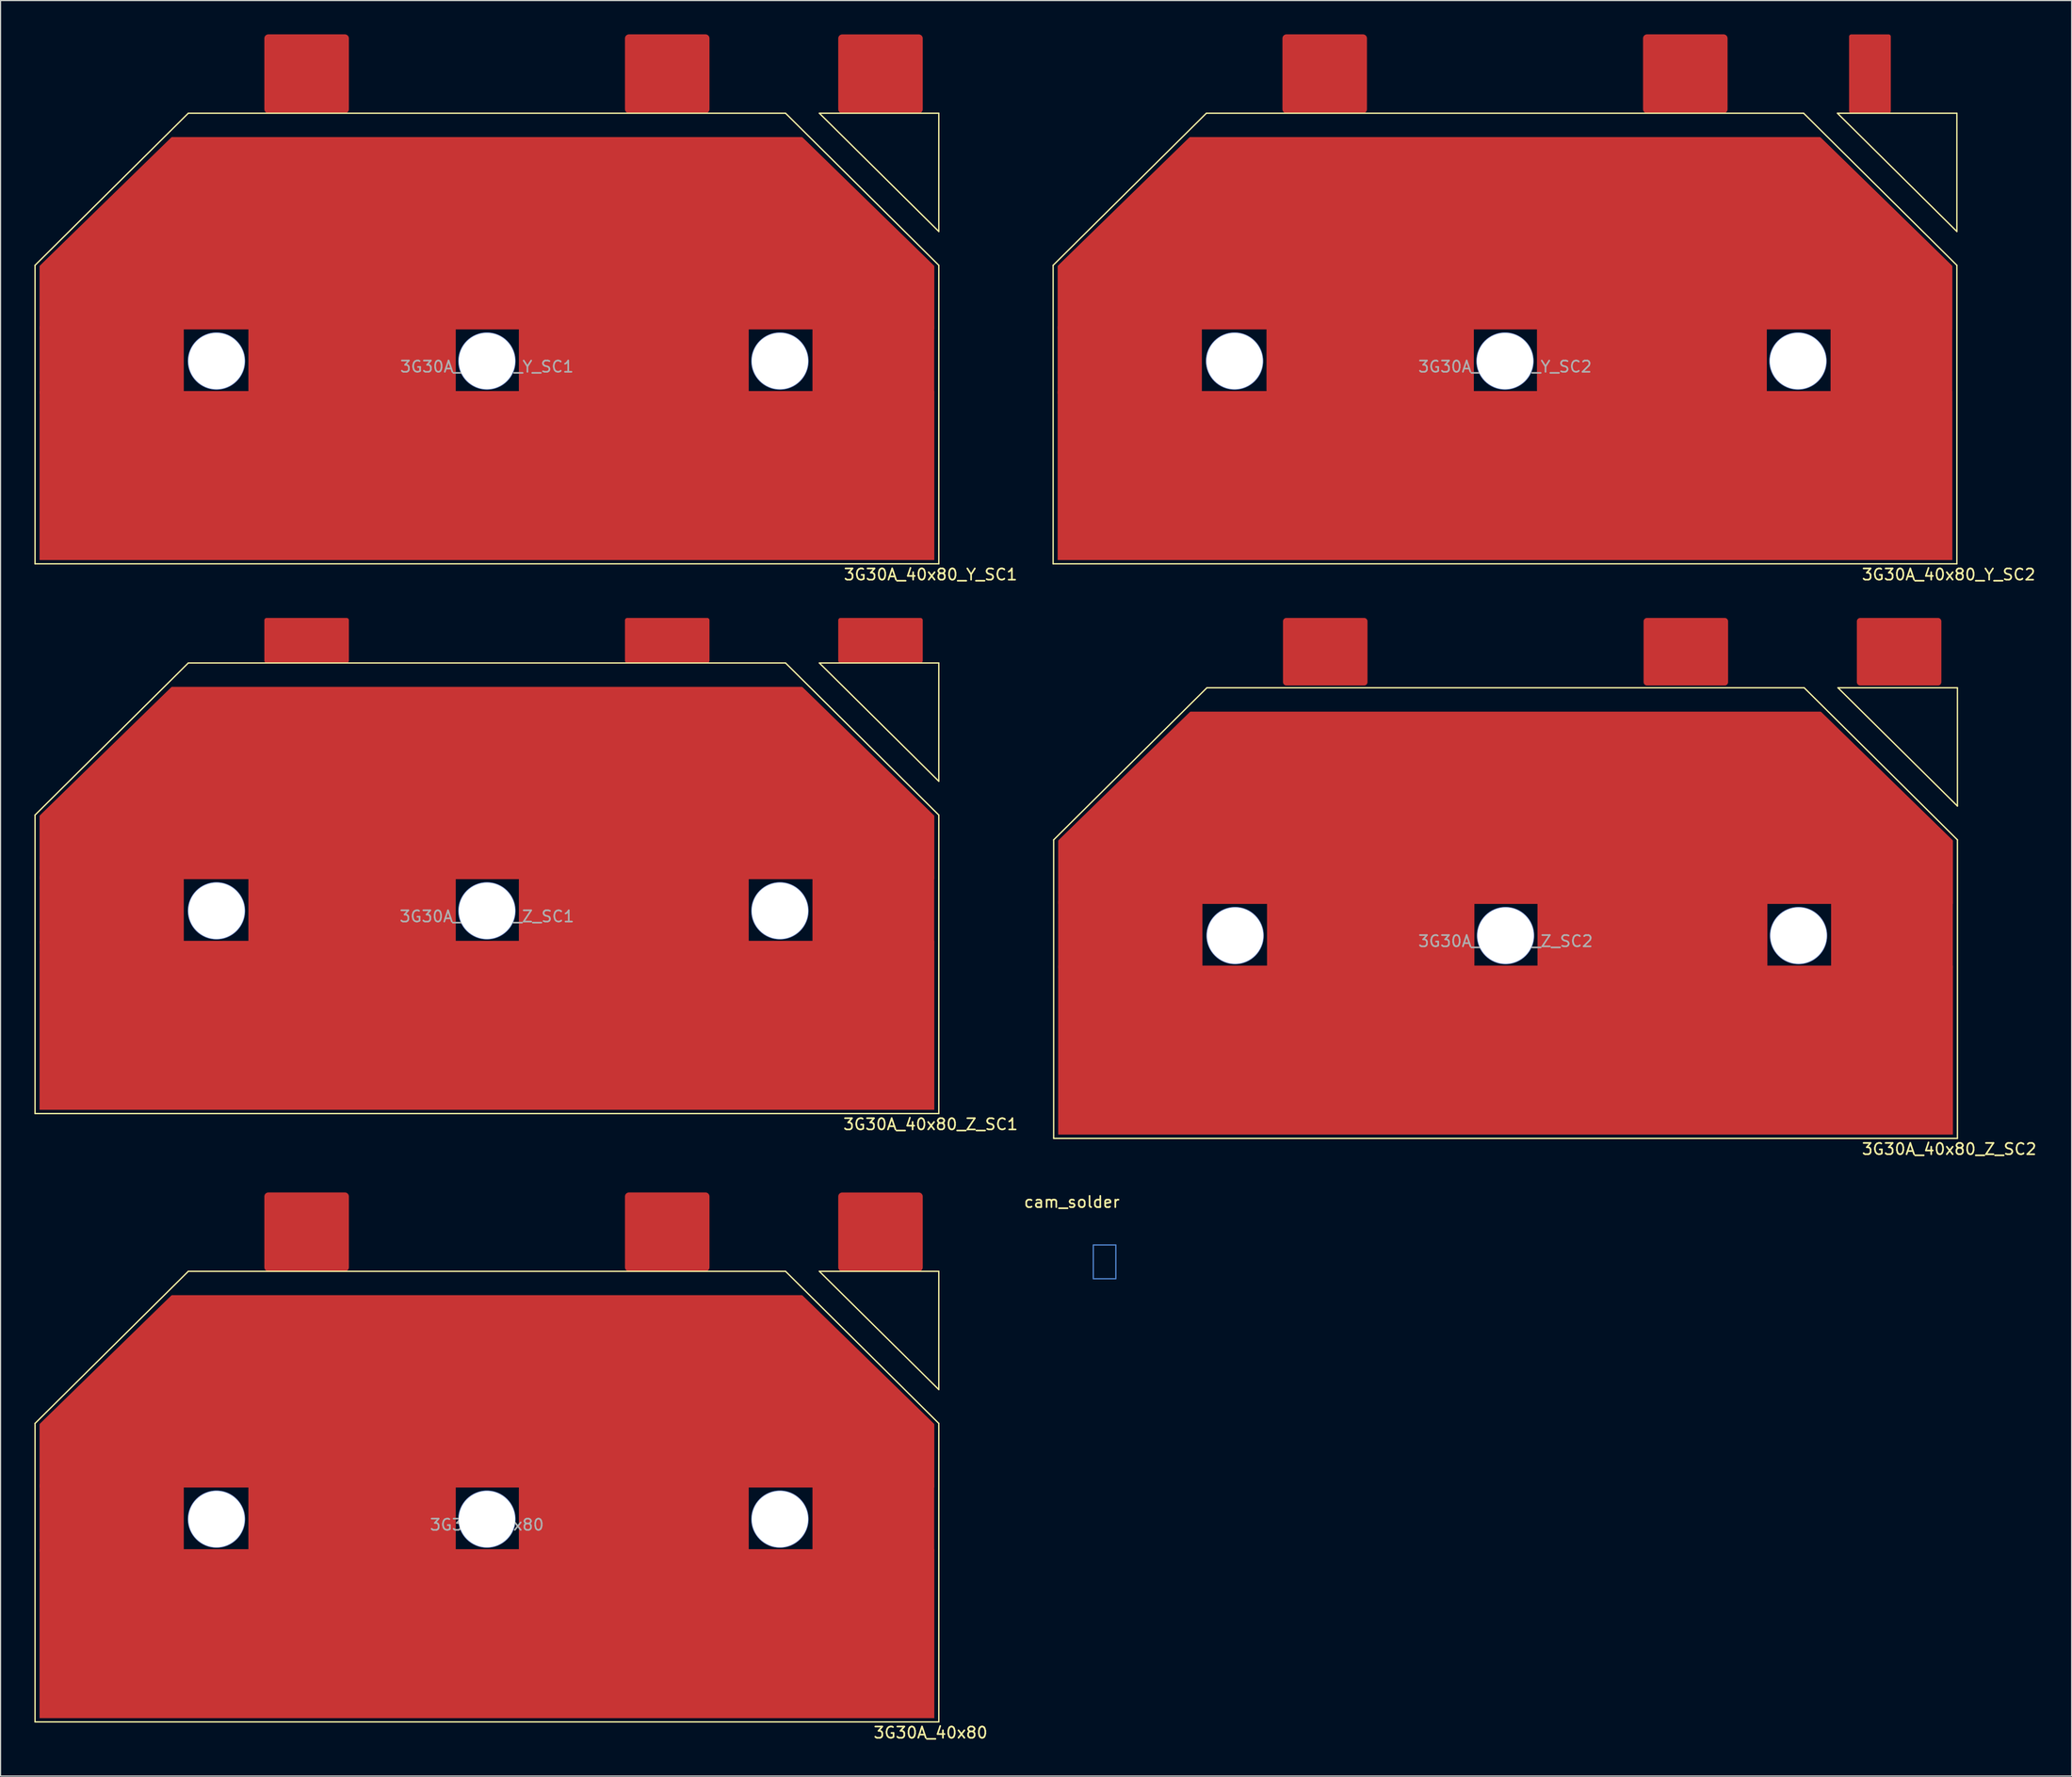
<source format=kicad_pcb>
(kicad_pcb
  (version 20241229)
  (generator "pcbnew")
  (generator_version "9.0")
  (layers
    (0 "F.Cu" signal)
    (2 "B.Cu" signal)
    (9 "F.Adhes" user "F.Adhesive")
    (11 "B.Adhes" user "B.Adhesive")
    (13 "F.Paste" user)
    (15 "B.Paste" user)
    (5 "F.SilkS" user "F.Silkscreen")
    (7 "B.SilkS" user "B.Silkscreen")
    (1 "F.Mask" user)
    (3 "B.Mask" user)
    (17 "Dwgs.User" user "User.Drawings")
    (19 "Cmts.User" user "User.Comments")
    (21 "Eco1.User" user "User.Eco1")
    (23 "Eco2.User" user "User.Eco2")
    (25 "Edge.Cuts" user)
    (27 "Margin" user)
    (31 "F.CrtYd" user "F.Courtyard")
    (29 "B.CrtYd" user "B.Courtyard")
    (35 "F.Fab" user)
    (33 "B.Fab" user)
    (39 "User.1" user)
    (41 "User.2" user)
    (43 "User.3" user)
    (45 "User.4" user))
  (footprint "cam_solder"
    (layer "F.Cu")
    (at 93.971 107.465)
    (property "Reference" "cam_solder" (at -1.905 -3.81 0) (unlocked yes) (layer "F.SilkS") (effects (font (size 1 1) (thickness 0.15))))
    (attr smd)
    (fp_rect (start 0 0) (end 2 3) (stroke (width 0.12) (type solid)) (fill no) (layer "B.Cu")))
  (footprint "3G30A_40x80_Z_SC1"
    (layer "F.Cu")
    (at 40.16 75.803)
    (property "Reference" "3G30A_40x80_Z_SC1" (at 39.37 20.955 0) (unlocked yes) (layer "F.SilkS") (effects (font (size 1 1) (thickness 0.15))))
    (attr smd)
    (fp_line (start -40.1 -6.5) (end -26.5 -20) (stroke (width 0.12) (type solid)) (layer "F.SilkS"))
    (fp_line (start -40.1 20) (end -40.1 -6.5) (stroke (width 0.12) (type solid)) (layer "F.SilkS"))
    (fp_line (start -26.5 -20) (end 26.5 -20) (stroke (width 0.12) (type solid)) (layer "F.SilkS"))
    (fp_line (start 26.5 -20) (end 40.1 -6.5) (stroke (width 0.12) (type solid)) (layer "F.SilkS"))
    (fp_line (start 29.5 -20) (end 40.1 -9.5) (stroke (width 0.12) (type solid)) (layer "F.SilkS"))
    (fp_line (start 40.1 -20) (end 29.5 -20) (stroke (width 0.12) (type solid)) (layer "F.SilkS"))
    (fp_line (start 40.1 -9.5) (end 40.1 -20) (stroke (width 0.12) (type solid)) (layer "F.SilkS"))
    (fp_line (start 40.1 -6.5) (end 40.1 20) (stroke (width 0.12) (type solid)) (layer "F.SilkS"))
    (fp_line (start 40.1 20) (end -40.1 20) (stroke (width 0.12) (type solid)) (layer "F.SilkS"))
    (fp_text user "${REFERENCE}" (at 0 2.5 0) (unlocked yes) (layer "F.Fab") (effects (font (size 1 1) (thickness 0.15))))
    (pad "1" smd rect (at -33.3 1.905) (size 12.8 6) (layers "F.Cu" "F.Mask" "F.Paste"))
    (pad "1" smd rect (at -11.965 1.905) (size 18.4 6) (layers "F.Cu" "F.Mask" "F.Paste"))
    (pad "1" smd custom (at 0 -3.605) (size 79.4 5.59) (layers "F.Cu" "F.Mask" "F.Paste") (options (anchor rect)) (primitives (gr_poly (pts (xy 39.6 -2.795) (xy -39.6 -2.795) (xy -27.94 -14.175) (xy 27.94 -14.175)) (width 0.2) (fill yes))))
    (pad "1" smd rect (at 0 12.165) (size 79.4 15) (layers "F.Cu" "F.Mask" "F.Paste"))
    (pad "1" smd rect (at 13.035 1.905) (size 20.4 6) (layers "F.Cu" "F.Mask" "F.Paste"))
    (pad "1" smd rect (at 34.29 1.905) (size 10.8 6) (layers "F.Cu" "F.Mask" "F.Paste"))
    (pad "2" smd roundrect (at -16 -22) (size 7.5 4) (layers "F.Cu" "F.Mask" "F.Paste") (roundrect_rratio 0.05))
    (pad "2" smd roundrect (at 16 -22) (size 7.5 4) (layers "F.Cu" "F.Mask" "F.Paste") (roundrect_rratio 0.05))
    (pad "3" smd roundrect (at 34.925 -22) (size 7.5 4) (layers "F.Cu" "F.Mask" "F.Paste") (roundrect_rratio 0.05))
    (pad "4" thru_hole circle (at -24 2) (size 5.1 5.1) (drill 5) (property pad_prop_fiducial_loc) (layers "*.Cu" "*.Mask"))
    (pad "4" thru_hole circle (at 0 2 90) (size 5.1 5.1) (drill 5) (property pad_prop_fiducial_glob) (layers "*.Cu" "*.Mask"))
    (pad "4" thru_hole circle (at 26 2 90) (size 5.1 5.1) (drill 5) (property pad_prop_fiducial_glob) (layers "*.Cu" "*.Mask")))
  (footprint "3G30A_40x80"
    (layer "F.Cu")
    (at 40.16 129.806)
    (property "Reference" "3G30A_40x80" (at 39.37 20.955 0) (unlocked yes) (layer "F.SilkS") (effects (font (size 1 1) (thickness 0.15))))
    (attr smd)
    (fp_line (start -40.1 -6.5) (end -26.5 -20) (stroke (width 0.12) (type solid)) (layer "F.SilkS"))
    (fp_line (start -40.1 20) (end -40.1 -6.5) (stroke (width 0.12) (type solid)) (layer "F.SilkS"))
    (fp_line (start -26.5 -20) (end 26.5 -20) (stroke (width 0.12) (type solid)) (layer "F.SilkS"))
    (fp_line (start 26.5 -20) (end 40.1 -6.5) (stroke (width 0.12) (type solid)) (layer "F.SilkS"))
    (fp_line (start 29.5 -20) (end 40.1 -9.5) (stroke (width 0.12) (type solid)) (layer "F.SilkS"))
    (fp_line (start 40.1 -20) (end 29.5 -20) (stroke (width 0.12) (type solid)) (layer "F.SilkS"))
    (fp_line (start 40.1 -9.5) (end 40.1 -20) (stroke (width 0.12) (type solid)) (layer "F.SilkS"))
    (fp_line (start 40.1 -6.5) (end 40.1 20) (stroke (width 0.12) (type solid)) (layer "F.SilkS"))
    (fp_line (start 40.1 20) (end -40.1 20) (stroke (width 0.12) (type solid)) (layer "F.SilkS"))
    (fp_text user "${REFERENCE}" (at 0 2.5 0) (unlocked yes) (layer "F.Fab") (effects (font (size 1 1) (thickness 0.15))))
    (pad "1" smd rect (at -33.3 1.905) (size 12.8 6) (layers "F.Cu" "F.Mask" "F.Paste"))
    (pad "1" smd rect (at -11.965 1.905) (size 18.4 6) (layers "F.Cu" "F.Mask" "F.Paste"))
    (pad "1" smd custom (at 0 -3.605) (size 79.4 5.59) (layers "F.Cu" "F.Mask" "F.Paste") (options (anchor rect)) (primitives (gr_poly (pts (xy 39.6 -2.795) (xy -39.6 -2.795) (xy -27.94 -14.175) (xy 27.94 -14.175)) (width 0.2) (fill yes))))
    (pad "1" smd rect (at 0 12.165) (size 79.4 15) (layers "F.Cu" "F.Mask" "F.Paste"))
    (pad "1" smd rect (at 13.035 1.905) (size 20.4 6) (layers "F.Cu" "F.Mask" "F.Paste"))
    (pad "1" smd rect (at 34.29 1.905) (size 10.8 6) (layers "F.Cu" "F.Mask" "F.Paste"))
    (pad "2" smd roundrect (at -16 -23.5) (size 7.5 7) (layers "F.Cu" "F.Mask" "F.Paste") (roundrect_rratio 0.05))
    (pad "2" smd roundrect (at 16 -23.5) (size 7.5 7) (layers "F.Cu" "F.Mask" "F.Paste") (roundrect_rratio 0.05))
    (pad "3" smd roundrect (at 34.925 -23.495) (size 7.5 7) (layers "F.Cu" "F.Mask" "F.Paste") (roundrect_rratio 0.05))
    (pad "4" thru_hole circle (at -24 2) (size 5.1 5.1) (drill 5) (property pad_prop_fiducial_loc) (layers "*.Cu" "*.Mask"))
    (pad "4" thru_hole circle (at 0 2 90) (size 5.1 5.1) (drill 5) (property pad_prop_fiducial_glob) (layers "*.Cu" "*.Mask"))
    (pad "4" thru_hole circle (at 26 2 90) (size 5.1 5.1) (drill 5) (property pad_prop_fiducial_glob) (layers "*.Cu" "*.Mask")))
  (footprint "3G30A_40x80_Z_SC2"
    (layer "F.Cu")
    (at 130.553 78.003)
    (property "Reference" "3G30A_40x80_Z_SC2" (at 39.37 20.955 0) (unlocked yes) (layer "F.SilkS") (effects (font (size 1 1) (thickness 0.15))))
    (attr smd)
    (fp_line (start -40.1 -6.5) (end -26.5 -20) (stroke (width 0.12) (type solid)) (layer "F.SilkS"))
    (fp_line (start -40.1 20) (end -40.1 -6.5) (stroke (width 0.12) (type solid)) (layer "F.SilkS"))
    (fp_line (start -26.5 -20) (end 26.5 -20) (stroke (width 0.12) (type solid)) (layer "F.SilkS"))
    (fp_line (start 26.5 -20) (end 40.1 -6.5) (stroke (width 0.12) (type solid)) (layer "F.SilkS"))
    (fp_line (start 29.5 -20) (end 40.1 -9.5) (stroke (width 0.12) (type solid)) (layer "F.SilkS"))
    (fp_line (start 40.1 -20) (end 29.5 -20) (stroke (width 0.12) (type solid)) (layer "F.SilkS"))
    (fp_line (start 40.1 -9.5) (end 40.1 -20) (stroke (width 0.12) (type solid)) (layer "F.SilkS"))
    (fp_line (start 40.1 -6.5) (end 40.1 20) (stroke (width 0.12) (type solid)) (layer "F.SilkS"))
    (fp_line (start 40.1 20) (end -40.1 20) (stroke (width 0.12) (type solid)) (layer "F.SilkS"))
    (fp_text user "${REFERENCE}" (at 0 2.5 0) (unlocked yes) (layer "F.Fab") (effects (font (size 1 1) (thickness 0.15))))
    (pad "1" smd rect (at -33.3 1.905) (size 12.8 6) (layers "F.Cu" "F.Mask" "F.Paste"))
    (pad "1" smd rect (at -11.965 1.905) (size 18.4 6) (layers "F.Cu" "F.Mask" "F.Paste"))
    (pad "1" smd custom (at 0 -3.605) (size 79.4 5.59) (layers "F.Cu" "F.Mask" "F.Paste") (options (anchor rect)) (primitives (gr_poly (pts (xy 39.6 -2.795) (xy -39.6 -2.795) (xy -27.94 -14.175) (xy 27.94 -14.175)) (width 0.2) (fill yes))))
    (pad "1" smd rect (at 0 12.165) (size 79.4 15) (layers "F.Cu" "F.Mask" "F.Paste"))
    (pad "1" smd rect (at 13.035 1.905) (size 20.4 6) (layers "F.Cu" "F.Mask" "F.Paste"))
    (pad "1" smd rect (at 34.29 1.905) (size 10.8 6) (layers "F.Cu" "F.Mask" "F.Paste"))
    (pad "2" smd roundrect (at -16 -23.2) (size 7.5 6) (layers "F.Cu" "F.Mask" "F.Paste") (roundrect_rratio 0.05))
    (pad "2" smd roundrect (at 16 -23.2) (size 7.5 6) (layers "F.Cu" "F.Mask" "F.Paste") (roundrect_rratio 0.05))
    (pad "3" smd roundrect (at 34.925 -23.2) (size 7.5 6) (layers "F.Cu" "F.Mask" "F.Paste") (roundrect_rratio 0.05))
    (pad "4" thru_hole circle (at -24 2) (size 5.1 5.1) (drill 5) (property pad_prop_fiducial_loc) (layers "*.Cu" "*.Mask"))
    (pad "4" thru_hole circle (at 0 2 90) (size 5.1 5.1) (drill 5) (property pad_prop_fiducial_glob) (layers "*.Cu" "*.Mask"))
    (pad "4" thru_hole circle (at 26 2 90) (size 5.1 5.1) (drill 5) (property pad_prop_fiducial_glob) (layers "*.Cu" "*.Mask")))
  (footprint "3G30A_40x80_Y_SC2"
    (layer "F.Cu")
    (at 130.505 27)
    (property "Reference" "3G30A_40x80_Y_SC2" (at 39.37 20.955 0) (unlocked yes) (layer "F.SilkS") (effects (font (size 1 1) (thickness 0.15))))
    (attr smd)
    (fp_line (start -40.1 -6.5) (end -26.5 -20) (stroke (width 0.12) (type solid)) (layer "F.SilkS"))
    (fp_line (start -40.1 20) (end -40.1 -6.5) (stroke (width 0.12) (type solid)) (layer "F.SilkS"))
    (fp_line (start -26.5 -20) (end 26.5 -20) (stroke (width 0.12) (type solid)) (layer "F.SilkS"))
    (fp_line (start 26.5 -20) (end 40.1 -6.5) (stroke (width 0.12) (type solid)) (layer "F.SilkS"))
    (fp_line (start 29.5 -20) (end 40.1 -9.5) (stroke (width 0.12) (type solid)) (layer "F.SilkS"))
    (fp_line (start 40.1 -20) (end 29.5 -20) (stroke (width 0.12) (type solid)) (layer "F.SilkS"))
    (fp_line (start 40.1 -9.5) (end 40.1 -20) (stroke (width 0.12) (type solid)) (layer "F.SilkS"))
    (fp_line (start 40.1 -6.5) (end 40.1 20) (stroke (width 0.12) (type solid)) (layer "F.SilkS"))
    (fp_line (start 40.1 20) (end -40.1 20) (stroke (width 0.12) (type solid)) (layer "F.SilkS"))
    (fp_text user "${REFERENCE}" (at 0 2.5 0) (unlocked yes) (layer "F.Fab") (effects (font (size 1 1) (thickness 0.15))))
    (pad "1" smd rect (at -33.3 1.905) (size 12.8 6) (layers "F.Cu" "F.Mask" "F.Paste"))
    (pad "1" smd rect (at -11.965 1.905) (size 18.4 6) (layers "F.Cu" "F.Mask" "F.Paste"))
    (pad "1" smd custom (at 0 -3.605) (size 79.4 5.59) (layers "F.Cu" "F.Mask" "F.Paste") (options (anchor rect)) (primitives (gr_poly (pts (xy 39.6 -2.795) (xy -39.6 -2.795) (xy -27.94 -14.175) (xy 27.94 -14.175)) (width 0.2) (fill yes))))
    (pad "1" smd rect (at 0 12.165) (size 79.4 15) (layers "F.Cu" "F.Mask" "F.Paste"))
    (pad "1" smd rect (at 13.035 1.905) (size 20.4 6) (layers "F.Cu" "F.Mask" "F.Paste"))
    (pad "1" smd rect (at 34.29 1.905) (size 10.8 6) (layers "F.Cu" "F.Mask" "F.Paste"))
    (pad "2" smd roundrect (at -16 -23.5) (size 7.5 7) (layers "F.Cu" "F.Mask" "F.Paste") (roundrect_rratio 0.05))
    (pad "2" smd roundrect (at 16 -23.5) (size 7.5 7) (layers "F.Cu" "F.Mask" "F.Paste") (roundrect_rratio 0.05))
    (pad "3" smd roundrect (at 32.385 -23.495) (size 3.7 7) (layers "F.Cu" "F.Mask" "F.Paste") (roundrect_rratio 0.05))
    (pad "4" thru_hole circle (at -24 2) (size 5.1 5.1) (drill 5) (property pad_prop_fiducial_loc) (layers "*.Cu" "*.Mask"))
    (pad "4" thru_hole circle (at 0 2 90) (size 5.1 5.1) (drill 5) (property pad_prop_fiducial_glob) (layers "*.Cu" "*.Mask"))
    (pad "4" thru_hole circle (at 26 2 90) (size 5.1 5.1) (drill 5) (property pad_prop_fiducial_glob) (layers "*.Cu" "*.Mask")))
  (footprint "3G30A_40x80_Y_SC1"
    (layer "F.Cu")
    (at 40.16 27)
    (property "Reference" "3G30A_40x80_Y_SC1" (at 39.37 20.955 0) (unlocked yes) (layer "F.SilkS") (effects (font (size 1 1) (thickness 0.15))))
    (attr smd)
    (fp_line (start -40.1 -6.5) (end -26.5 -20) (stroke (width 0.12) (type solid)) (layer "F.SilkS"))
    (fp_line (start -40.1 20) (end -40.1 -6.5) (stroke (width 0.12) (type solid)) (layer "F.SilkS"))
    (fp_line (start -26.5 -20) (end 26.5 -20) (stroke (width 0.12) (type solid)) (layer "F.SilkS"))
    (fp_line (start 26.5 -20) (end 40.1 -6.5) (stroke (width 0.12) (type solid)) (layer "F.SilkS"))
    (fp_line (start 29.5 -20) (end 40.1 -9.5) (stroke (width 0.12) (type solid)) (layer "F.SilkS"))
    (fp_line (start 40.1 -20) (end 29.5 -20) (stroke (width 0.12) (type solid)) (layer "F.SilkS"))
    (fp_line (start 40.1 -9.5) (end 40.1 -20) (stroke (width 0.12) (type solid)) (layer "F.SilkS"))
    (fp_line (start 40.1 -6.5) (end 40.1 20) (stroke (width 0.12) (type solid)) (layer "F.SilkS"))
    (fp_line (start 40.1 20) (end -40.1 20) (stroke (width 0.12) (type solid)) (layer "F.SilkS"))
    (fp_text user "${REFERENCE}" (at 0 2.5 0) (unlocked yes) (layer "F.Fab") (effects (font (size 1 1) (thickness 0.15))))
    (pad "1" smd rect (at -33.3 1.905) (size 12.8 6) (layers "F.Cu" "F.Mask" "F.Paste"))
    (pad "1" smd rect (at -11.965 1.905) (size 18.4 6) (layers "F.Cu" "F.Mask" "F.Paste"))
    (pad "1" smd custom (at 0 -3.605) (size 79.4 5.59) (layers "F.Cu" "F.Mask" "F.Paste") (options (anchor rect)) (primitives (gr_poly (pts (xy 39.6 -2.795) (xy -39.6 -2.795) (xy -27.94 -14.175) (xy 27.94 -14.175)) (width 0.2) (fill yes))))
    (pad "1" smd rect (at 0 12.165) (size 79.4 15) (layers "F.Cu" "F.Mask" "F.Paste"))
    (pad "1" smd rect (at 13.035 1.905) (size 20.4 6) (layers "F.Cu" "F.Mask" "F.Paste"))
    (pad "1" smd rect (at 34.29 1.905) (size 10.8 6) (layers "F.Cu" "F.Mask" "F.Paste"))
    (pad "2" smd roundrect (at -16 -23.5) (size 7.5 7) (layers "F.Cu" "F.Mask" "F.Paste") (roundrect_rratio 0.05))
    (pad "2" smd roundrect (at 16 -23.5) (size 7.5 7) (layers "F.Cu" "F.Mask" "F.Paste") (roundrect_rratio 0.05))
    (pad "3" smd roundrect (at 34.925 -23.495) (size 7.5 7) (layers "F.Cu" "F.Mask" "F.Paste") (roundrect_rratio 0.05))
    (pad "4" thru_hole circle (at -24 2) (size 5.1 5.1) (drill 5) (property pad_prop_fiducial_loc) (layers "*.Cu" "*.Mask"))
    (pad "4" thru_hole circle (at 0 2 90) (size 5.1 5.1) (drill 5) (property pad_prop_fiducial_glob) (layers "*.Cu" "*.Mask"))
    (pad "4" thru_hole circle (at 26 2 90) (size 5.1 5.1) (drill 5) (property pad_prop_fiducial_glob) (layers "*.Cu" "*.Mask")))
  (gr_rect
    (start -3 -3)
    (end 180.786 154.61)
    (stroke (width 0.1) (type default))
    (fill no)
    (layer "Edge.Cuts")))
</source>
